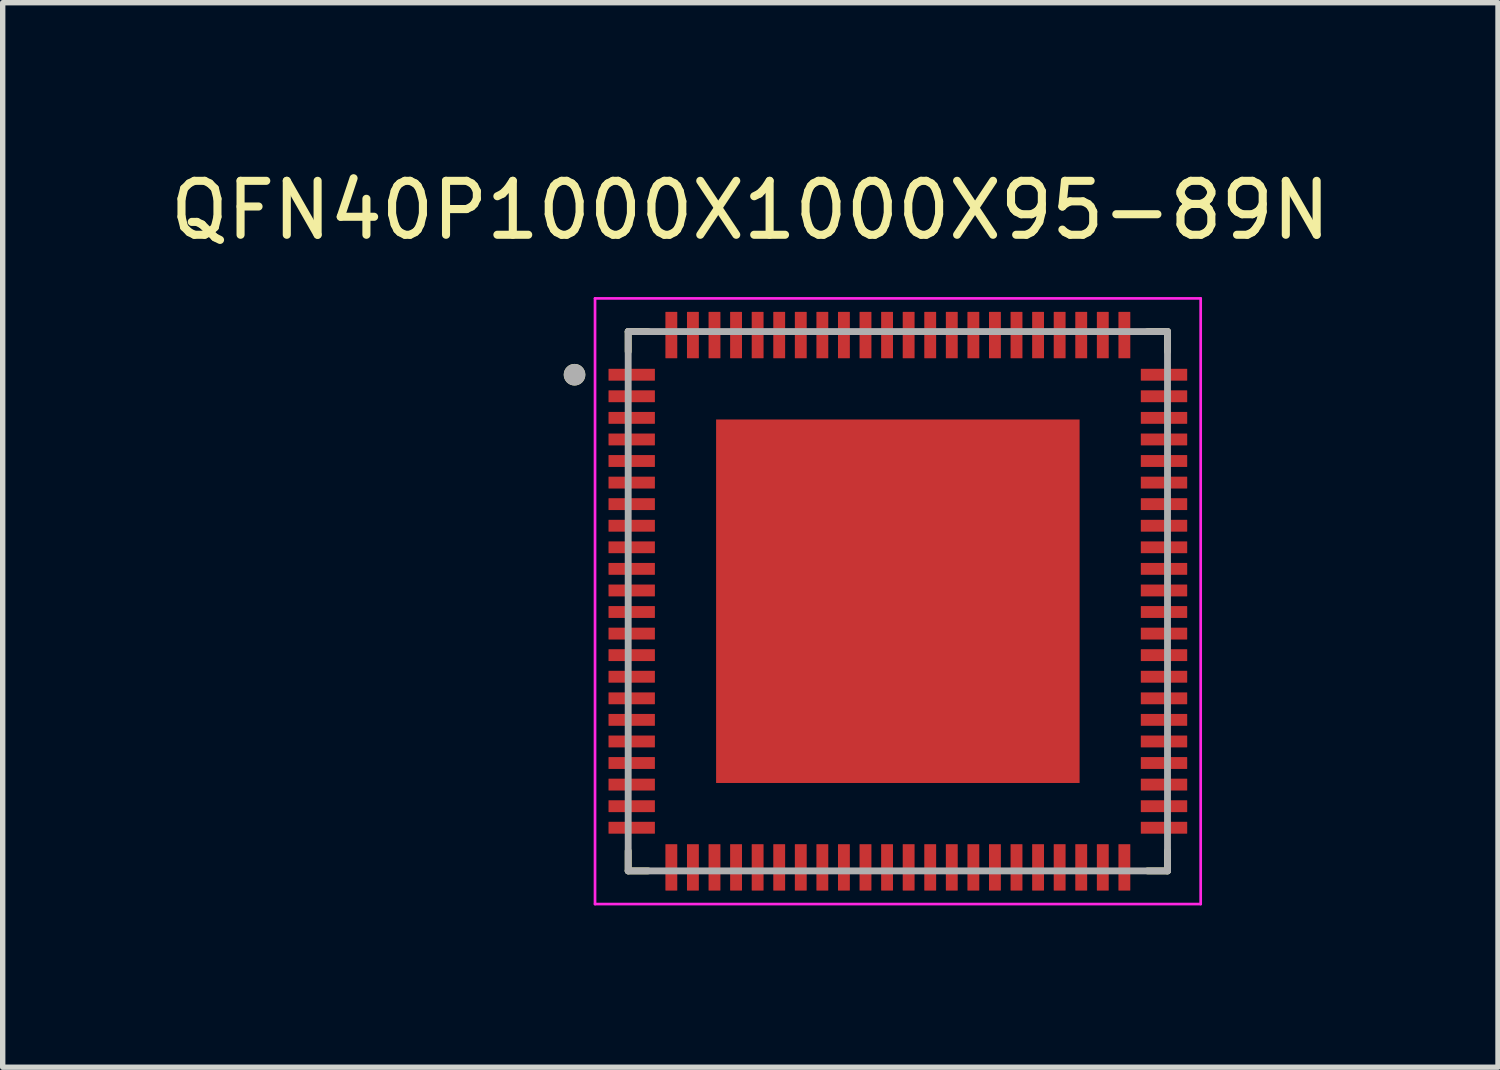
<source format=kicad_pcb>
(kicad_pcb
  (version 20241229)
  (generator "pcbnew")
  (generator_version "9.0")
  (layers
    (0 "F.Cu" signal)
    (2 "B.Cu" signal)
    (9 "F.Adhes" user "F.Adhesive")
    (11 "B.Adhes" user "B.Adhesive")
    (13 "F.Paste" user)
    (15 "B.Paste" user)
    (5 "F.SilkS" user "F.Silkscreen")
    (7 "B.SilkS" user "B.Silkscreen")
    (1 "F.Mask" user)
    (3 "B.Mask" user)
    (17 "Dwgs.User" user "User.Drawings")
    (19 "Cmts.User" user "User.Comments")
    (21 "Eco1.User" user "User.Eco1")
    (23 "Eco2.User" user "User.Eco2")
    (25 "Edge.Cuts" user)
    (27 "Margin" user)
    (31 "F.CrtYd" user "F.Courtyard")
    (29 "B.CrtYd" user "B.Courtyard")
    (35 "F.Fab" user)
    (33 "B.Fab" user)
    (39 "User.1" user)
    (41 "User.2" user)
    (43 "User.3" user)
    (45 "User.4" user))
  (footprint "QFN40P1000X1000X95-89N"
    (layer "F.Cu")
    (at 13.598 8.098)
    (property "Reference" "QFN40P1000X1000X95-89N" (at -2.735 -7.25 0) (layer "F.SilkS") (effects (font (size 1 1) (thickness 0.15))))
    (attr smd)
    (fp_line (start -5 -5) (end -5 -4.63) (stroke (width 0.127) (type solid)) (layer "F.SilkS"))
    (fp_line (start -5 -5) (end -4.63 -5) (stroke (width 0.127) (type solid)) (layer "F.SilkS"))
    (fp_line (start -5 5) (end -5 4.63) (stroke (width 0.127) (type solid)) (layer "F.SilkS"))
    (fp_line (start -5 5) (end -4.63 5) (stroke (width 0.127) (type solid)) (layer "F.SilkS"))
    (fp_line (start 5 -5) (end 4.63 -5) (stroke (width 0.127) (type solid)) (layer "F.SilkS"))
    (fp_line (start 5 -5) (end 5 -4.63) (stroke (width 0.127) (type solid)) (layer "F.SilkS"))
    (fp_line (start 5 5) (end 4.63 5) (stroke (width 0.127) (type solid)) (layer "F.SilkS"))
    (fp_line (start 5 5) (end 5 4.63) (stroke (width 0.127) (type solid)) (layer "F.SilkS"))
    (fp_circle (center -5.995 -4.2) (end -5.895 -4.2) (stroke (width 0.2) (type solid)) (fill no) (layer "F.SilkS"))
    (fp_poly (pts (xy -2.96 -2.96) (xy -1.54 -2.96) (xy -1.54 -1.54) (xy -2.96 -1.54)) (stroke (width 0.01) (type solid)) (fill yes) (layer "F.Paste"))
    (fp_poly (pts (xy -2.96 -0.71) (xy -1.54 -0.71) (xy -1.54 0.71) (xy -2.96 0.71)) (stroke (width 0.01) (type solid)) (fill yes) (layer "F.Paste"))
    (fp_poly (pts (xy -2.96 1.54) (xy -1.54 1.54) (xy -1.54 2.96) (xy -2.96 2.96)) (stroke (width 0.01) (type solid)) (fill yes) (layer "F.Paste"))
    (fp_poly (pts (xy -0.71 -2.96) (xy 0.71 -2.96) (xy 0.71 -1.54) (xy -0.71 -1.54)) (stroke (width 0.01) (type solid)) (fill yes) (layer "F.Paste"))
    (fp_poly (pts (xy -0.71 -0.71) (xy 0.71 -0.71) (xy 0.71 0.71) (xy -0.71 0.71)) (stroke (width 0.01) (type solid)) (fill yes) (layer "F.Paste"))
    (fp_poly (pts (xy -0.71 1.54) (xy 0.71 1.54) (xy 0.71 2.96) (xy -0.71 2.96)) (stroke (width 0.01) (type solid)) (fill yes) (layer "F.Paste"))
    (fp_poly (pts (xy 1.54 -2.96) (xy 2.96 -2.96) (xy 2.96 -1.54) (xy 1.54 -1.54)) (stroke (width 0.01) (type solid)) (fill yes) (layer "F.Paste"))
    (fp_poly (pts (xy 1.54 -0.71) (xy 2.96 -0.71) (xy 2.96 0.71) (xy 1.54 0.71)) (stroke (width 0.01) (type solid)) (fill yes) (layer "F.Paste"))
    (fp_poly (pts (xy 1.54 1.54) (xy 2.96 1.54) (xy 2.96 2.96) (xy 1.54 2.96)) (stroke (width 0.01) (type solid)) (fill yes) (layer "F.Paste"))
    (fp_line (start -5.615 -5.615) (end 5.615 -5.615) (stroke (width 0.05) (type solid)) (layer "F.CrtYd"))
    (fp_line (start -5.615 5.615) (end -5.615 -5.615) (stroke (width 0.05) (type solid)) (layer "F.CrtYd"))
    (fp_line (start -5.615 5.615) (end 5.615 5.615) (stroke (width 0.05) (type solid)) (layer "F.CrtYd"))
    (fp_line (start 5.615 5.615) (end 5.615 -5.615) (stroke (width 0.05) (type solid)) (layer "F.CrtYd"))
    (fp_line (start -5 5) (end -5 -5) (stroke (width 0.127) (type solid)) (layer "F.Fab"))
    (fp_line (start 5 -5) (end -5 -5) (stroke (width 0.127) (type solid)) (layer "F.Fab"))
    (fp_line (start 5 5) (end -5 5) (stroke (width 0.127) (type solid)) (layer "F.Fab"))
    (fp_line (start 5 5) (end 5 -5) (stroke (width 0.127) (type solid)) (layer "F.Fab"))
    (fp_circle (center -5.995 -4.2) (end -5.895 -4.2) (stroke (width 0.2) (type solid)) (fill no) (layer "F.Fab"))
    (pad "1" smd roundrect (at -4.935 -4.2) (size 0.86 0.22) (layers "F.Cu" "F.Mask" "F.Paste") (roundrect_rratio 0.03))
    (pad "2" smd roundrect (at -4.935 -3.8) (size 0.86 0.22) (layers "F.Cu" "F.Mask" "F.Paste") (roundrect_rratio 0.03))
    (pad "3" smd roundrect (at -4.935 -3.4) (size 0.86 0.22) (layers "F.Cu" "F.Mask" "F.Paste") (roundrect_rratio 0.03))
    (pad "4" smd roundrect (at -4.935 -3) (size 0.86 0.22) (layers "F.Cu" "F.Mask" "F.Paste") (roundrect_rratio 0.03))
    (pad "5" smd roundrect (at -4.935 -2.6) (size 0.86 0.22) (layers "F.Cu" "F.Mask" "F.Paste") (roundrect_rratio 0.03))
    (pad "6" smd roundrect (at -4.935 -2.2) (size 0.86 0.22) (layers "F.Cu" "F.Mask" "F.Paste") (roundrect_rratio 0.03))
    (pad "7" smd roundrect (at -4.935 -1.8) (size 0.86 0.22) (layers "F.Cu" "F.Mask" "F.Paste") (roundrect_rratio 0.03))
    (pad "8" smd roundrect (at -4.935 -1.4) (size 0.86 0.22) (layers "F.Cu" "F.Mask" "F.Paste") (roundrect_rratio 0.03))
    (pad "9" smd roundrect (at -4.935 -1) (size 0.86 0.22) (layers "F.Cu" "F.Mask" "F.Paste") (roundrect_rratio 0.03))
    (pad "10" smd roundrect (at -4.935 -0.6) (size 0.86 0.22) (layers "F.Cu" "F.Mask" "F.Paste") (roundrect_rratio 0.03))
    (pad "11" smd roundrect (at -4.935 -0.2) (size 0.86 0.22) (layers "F.Cu" "F.Mask" "F.Paste") (roundrect_rratio 0.03))
    (pad "12" smd roundrect (at -4.935 0.2) (size 0.86 0.22) (layers "F.Cu" "F.Mask" "F.Paste") (roundrect_rratio 0.03))
    (pad "13" smd roundrect (at -4.935 0.6) (size 0.86 0.22) (layers "F.Cu" "F.Mask" "F.Paste") (roundrect_rratio 0.03))
    (pad "14" smd roundrect (at -4.935 1) (size 0.86 0.22) (layers "F.Cu" "F.Mask" "F.Paste") (roundrect_rratio 0.03))
    (pad "15" smd roundrect (at -4.935 1.4) (size 0.86 0.22) (layers "F.Cu" "F.Mask" "F.Paste") (roundrect_rratio 0.03))
    (pad "16" smd roundrect (at -4.935 1.8) (size 0.86 0.22) (layers "F.Cu" "F.Mask" "F.Paste") (roundrect_rratio 0.03))
    (pad "17" smd roundrect (at -4.935 2.2) (size 0.86 0.22) (layers "F.Cu" "F.Mask" "F.Paste") (roundrect_rratio 0.03))
    (pad "18" smd roundrect (at -4.935 2.6) (size 0.86 0.22) (layers "F.Cu" "F.Mask" "F.Paste") (roundrect_rratio 0.03))
    (pad "19" smd roundrect (at -4.935 3) (size 0.86 0.22) (layers "F.Cu" "F.Mask" "F.Paste") (roundrect_rratio 0.03))
    (pad "20" smd roundrect (at -4.935 3.4) (size 0.86 0.22) (layers "F.Cu" "F.Mask" "F.Paste") (roundrect_rratio 0.03))
    (pad "21" smd roundrect (at -4.935 3.8) (size 0.86 0.22) (layers "F.Cu" "F.Mask" "F.Paste") (roundrect_rratio 0.03))
    (pad "22" smd roundrect (at -4.935 4.2) (size 0.86 0.22) (layers "F.Cu" "F.Mask" "F.Paste") (roundrect_rratio 0.03))
    (pad "23" smd roundrect (at -4.2 4.935 90) (size 0.86 0.22) (layers "F.Cu" "F.Mask" "F.Paste") (roundrect_rratio 0.03))
    (pad "24" smd roundrect (at -3.8 4.935 90) (size 0.86 0.22) (layers "F.Cu" "F.Mask" "F.Paste") (roundrect_rratio 0.03))
    (pad "25" smd roundrect (at -3.4 4.935 90) (size 0.86 0.22) (layers "F.Cu" "F.Mask" "F.Paste") (roundrect_rratio 0.03))
    (pad "26" smd roundrect (at -3 4.935 90) (size 0.86 0.22) (layers "F.Cu" "F.Mask" "F.Paste") (roundrect_rratio 0.03))
    (pad "27" smd roundrect (at -2.6 4.935 90) (size 0.86 0.22) (layers "F.Cu" "F.Mask" "F.Paste") (roundrect_rratio 0.03))
    (pad "28" smd roundrect (at -2.2 4.935 90) (size 0.86 0.22) (layers "F.Cu" "F.Mask" "F.Paste") (roundrect_rratio 0.03))
    (pad "29" smd roundrect (at -1.8 4.935 90) (size 0.86 0.22) (layers "F.Cu" "F.Mask" "F.Paste") (roundrect_rratio 0.03))
    (pad "30" smd roundrect (at -1.4 4.935 90) (size 0.86 0.22) (layers "F.Cu" "F.Mask" "F.Paste") (roundrect_rratio 0.03))
    (pad "31" smd roundrect (at -1 4.935 90) (size 0.86 0.22) (layers "F.Cu" "F.Mask" "F.Paste") (roundrect_rratio 0.03))
    (pad "32" smd roundrect (at -0.6 4.935 90) (size 0.86 0.22) (layers "F.Cu" "F.Mask" "F.Paste") (roundrect_rratio 0.03))
    (pad "33" smd roundrect (at -0.2 4.935 90) (size 0.86 0.22) (layers "F.Cu" "F.Mask" "F.Paste") (roundrect_rratio 0.03))
    (pad "34" smd roundrect (at 0.2 4.935 90) (size 0.86 0.22) (layers "F.Cu" "F.Mask" "F.Paste") (roundrect_rratio 0.03))
    (pad "35" smd roundrect (at 0.6 4.935 90) (size 0.86 0.22) (layers "F.Cu" "F.Mask" "F.Paste") (roundrect_rratio 0.03))
    (pad "36" smd roundrect (at 1 4.935 90) (size 0.86 0.22) (layers "F.Cu" "F.Mask" "F.Paste") (roundrect_rratio 0.03))
    (pad "37" smd roundrect (at 1.4 4.935 90) (size 0.86 0.22) (layers "F.Cu" "F.Mask" "F.Paste") (roundrect_rratio 0.03))
    (pad "38" smd roundrect (at 1.8 4.935 90) (size 0.86 0.22) (layers "F.Cu" "F.Mask" "F.Paste") (roundrect_rratio 0.03))
    (pad "39" smd roundrect (at 2.2 4.935 90) (size 0.86 0.22) (layers "F.Cu" "F.Mask" "F.Paste") (roundrect_rratio 0.03))
    (pad "40" smd roundrect (at 2.6 4.935 90) (size 0.86 0.22) (layers "F.Cu" "F.Mask" "F.Paste") (roundrect_rratio 0.03))
    (pad "41" smd roundrect (at 3 4.935 90) (size 0.86 0.22) (layers "F.Cu" "F.Mask" "F.Paste") (roundrect_rratio 0.03))
    (pad "42" smd roundrect (at 3.4 4.935 90) (size 0.86 0.22) (layers "F.Cu" "F.Mask" "F.Paste") (roundrect_rratio 0.03))
    (pad "43" smd roundrect (at 3.8 4.935 90) (size 0.86 0.22) (layers "F.Cu" "F.Mask" "F.Paste") (roundrect_rratio 0.03))
    (pad "44" smd roundrect (at 4.2 4.935 90) (size 0.86 0.22) (layers "F.Cu" "F.Mask" "F.Paste") (roundrect_rratio 0.03))
    (pad "45" smd roundrect (at 4.935 4.2) (size 0.86 0.22) (layers "F.Cu" "F.Mask" "F.Paste") (roundrect_rratio 0.03))
    (pad "46" smd roundrect (at 4.935 3.8) (size 0.86 0.22) (layers "F.Cu" "F.Mask" "F.Paste") (roundrect_rratio 0.03))
    (pad "47" smd roundrect (at 4.935 3.4) (size 0.86 0.22) (layers "F.Cu" "F.Mask" "F.Paste") (roundrect_rratio 0.03))
    (pad "48" smd roundrect (at 4.935 3) (size 0.86 0.22) (layers "F.Cu" "F.Mask" "F.Paste") (roundrect_rratio 0.03))
    (pad "49" smd roundrect (at 4.935 2.6) (size 0.86 0.22) (layers "F.Cu" "F.Mask" "F.Paste") (roundrect_rratio 0.03))
    (pad "50" smd roundrect (at 4.935 2.2) (size 0.86 0.22) (layers "F.Cu" "F.Mask" "F.Paste") (roundrect_rratio 0.03))
    (pad "51" smd roundrect (at 4.935 1.8) (size 0.86 0.22) (layers "F.Cu" "F.Mask" "F.Paste") (roundrect_rratio 0.03))
    (pad "52" smd roundrect (at 4.935 1.4) (size 0.86 0.22) (layers "F.Cu" "F.Mask" "F.Paste") (roundrect_rratio 0.03))
    (pad "53" smd roundrect (at 4.935 1) (size 0.86 0.22) (layers "F.Cu" "F.Mask" "F.Paste") (roundrect_rratio 0.03))
    (pad "54" smd roundrect (at 4.935 0.6) (size 0.86 0.22) (layers "F.Cu" "F.Mask" "F.Paste") (roundrect_rratio 0.03))
    (pad "55" smd roundrect (at 4.935 0.2) (size 0.86 0.22) (layers "F.Cu" "F.Mask" "F.Paste") (roundrect_rratio 0.03))
    (pad "56" smd roundrect (at 4.935 -0.2) (size 0.86 0.22) (layers "F.Cu" "F.Mask" "F.Paste") (roundrect_rratio 0.03))
    (pad "57" smd roundrect (at 4.935 -0.6) (size 0.86 0.22) (layers "F.Cu" "F.Mask" "F.Paste") (roundrect_rratio 0.03))
    (pad "58" smd roundrect (at 4.935 -1) (size 0.86 0.22) (layers "F.Cu" "F.Mask" "F.Paste") (roundrect_rratio 0.03))
    (pad "59" smd roundrect (at 4.935 -1.4) (size 0.86 0.22) (layers "F.Cu" "F.Mask" "F.Paste") (roundrect_rratio 0.03))
    (pad "60" smd roundrect (at 4.935 -1.8) (size 0.86 0.22) (layers "F.Cu" "F.Mask" "F.Paste") (roundrect_rratio 0.03))
    (pad "61" smd roundrect (at 4.935 -2.2) (size 0.86 0.22) (layers "F.Cu" "F.Mask" "F.Paste") (roundrect_rratio 0.03))
    (pad "62" smd roundrect (at 4.935 -2.6) (size 0.86 0.22) (layers "F.Cu" "F.Mask" "F.Paste") (roundrect_rratio 0.03))
    (pad "63" smd roundrect (at 4.935 -3) (size 0.86 0.22) (layers "F.Cu" "F.Mask" "F.Paste") (roundrect_rratio 0.03))
    (pad "64" smd roundrect (at 4.935 -3.4) (size 0.86 0.22) (layers "F.Cu" "F.Mask" "F.Paste") (roundrect_rratio 0.03))
    (pad "65" smd roundrect (at 4.935 -3.8) (size 0.86 0.22) (layers "F.Cu" "F.Mask" "F.Paste") (roundrect_rratio 0.03))
    (pad "66" smd roundrect (at 4.935 -4.2) (size 0.86 0.22) (layers "F.Cu" "F.Mask" "F.Paste") (roundrect_rratio 0.03))
    (pad "67" smd roundrect (at 4.2 -4.935 90) (size 0.86 0.22) (layers "F.Cu" "F.Mask" "F.Paste") (roundrect_rratio 0.03))
    (pad "68" smd roundrect (at 3.8 -4.935 90) (size 0.86 0.22) (layers "F.Cu" "F.Mask" "F.Paste") (roundrect_rratio 0.03))
    (pad "69" smd roundrect (at 3.4 -4.935 90) (size 0.86 0.22) (layers "F.Cu" "F.Mask" "F.Paste") (roundrect_rratio 0.03))
    (pad "70" smd roundrect (at 3 -4.935 90) (size 0.86 0.22) (layers "F.Cu" "F.Mask" "F.Paste") (roundrect_rratio 0.03))
    (pad "71" smd roundrect (at 2.6 -4.935 90) (size 0.86 0.22) (layers "F.Cu" "F.Mask" "F.Paste") (roundrect_rratio 0.03))
    (pad "72" smd roundrect (at 2.2 -4.935 90) (size 0.86 0.22) (layers "F.Cu" "F.Mask" "F.Paste") (roundrect_rratio 0.03))
    (pad "73" smd roundrect (at 1.8 -4.935 90) (size 0.86 0.22) (layers "F.Cu" "F.Mask" "F.Paste") (roundrect_rratio 0.03))
    (pad "74" smd roundrect (at 1.4 -4.935 90) (size 0.86 0.22) (layers "F.Cu" "F.Mask" "F.Paste") (roundrect_rratio 0.03))
    (pad "75" smd roundrect (at 1 -4.935 90) (size 0.86 0.22) (layers "F.Cu" "F.Mask" "F.Paste") (roundrect_rratio 0.03))
    (pad "76" smd roundrect (at 0.6 -4.935 90) (size 0.86 0.22) (layers "F.Cu" "F.Mask" "F.Paste") (roundrect_rratio 0.03))
    (pad "77" smd roundrect (at 0.2 -4.935 90) (size 0.86 0.22) (layers "F.Cu" "F.Mask" "F.Paste") (roundrect_rratio 0.03))
    (pad "78" smd roundrect (at -0.2 -4.935 90) (size 0.86 0.22) (layers "F.Cu" "F.Mask" "F.Paste") (roundrect_rratio 0.03))
    (pad "79" smd roundrect (at -0.6 -4.935 90) (size 0.86 0.22) (layers "F.Cu" "F.Mask" "F.Paste") (roundrect_rratio 0.03))
    (pad "80" smd roundrect (at -1 -4.935 90) (size 0.86 0.22) (layers "F.Cu" "F.Mask" "F.Paste") (roundrect_rratio 0.03))
    (pad "81" smd roundrect (at -1.4 -4.935 90) (size 0.86 0.22) (layers "F.Cu" "F.Mask" "F.Paste") (roundrect_rratio 0.03))
    (pad "82" smd roundrect (at -1.8 -4.935 90) (size 0.86 0.22) (layers "F.Cu" "F.Mask" "F.Paste") (roundrect_rratio 0.03))
    (pad "83" smd roundrect (at -2.2 -4.935 90) (size 0.86 0.22) (layers "F.Cu" "F.Mask" "F.Paste") (roundrect_rratio 0.03))
    (pad "84" smd roundrect (at -2.6 -4.935 90) (size 0.86 0.22) (layers "F.Cu" "F.Mask" "F.Paste") (roundrect_rratio 0.03))
    (pad "85" smd roundrect (at -3 -4.935 90) (size 0.86 0.22) (layers "F.Cu" "F.Mask" "F.Paste") (roundrect_rratio 0.03))
    (pad "86" smd roundrect (at -3.4 -4.935 90) (size 0.86 0.22) (layers "F.Cu" "F.Mask" "F.Paste") (roundrect_rratio 0.03))
    (pad "87" smd roundrect (at -3.8 -4.935 90) (size 0.86 0.22) (layers "F.Cu" "F.Mask" "F.Paste") (roundrect_rratio 0.03))
    (pad "88" smd roundrect (at -4.2 -4.935 90) (size 0.86 0.22) (layers "F.Cu" "F.Mask" "F.Paste") (roundrect_rratio 0.03))
    (pad "89" smd rect (at 0 0) (size 6.74 6.74) (layers "F.Cu" "F.Mask")))
  (gr_rect
    (start -3 -3)
    (end 24.726 16.738)
    (stroke (width 0.1) (type default))
    (fill no)
    (layer "Edge.Cuts")))
</source>
